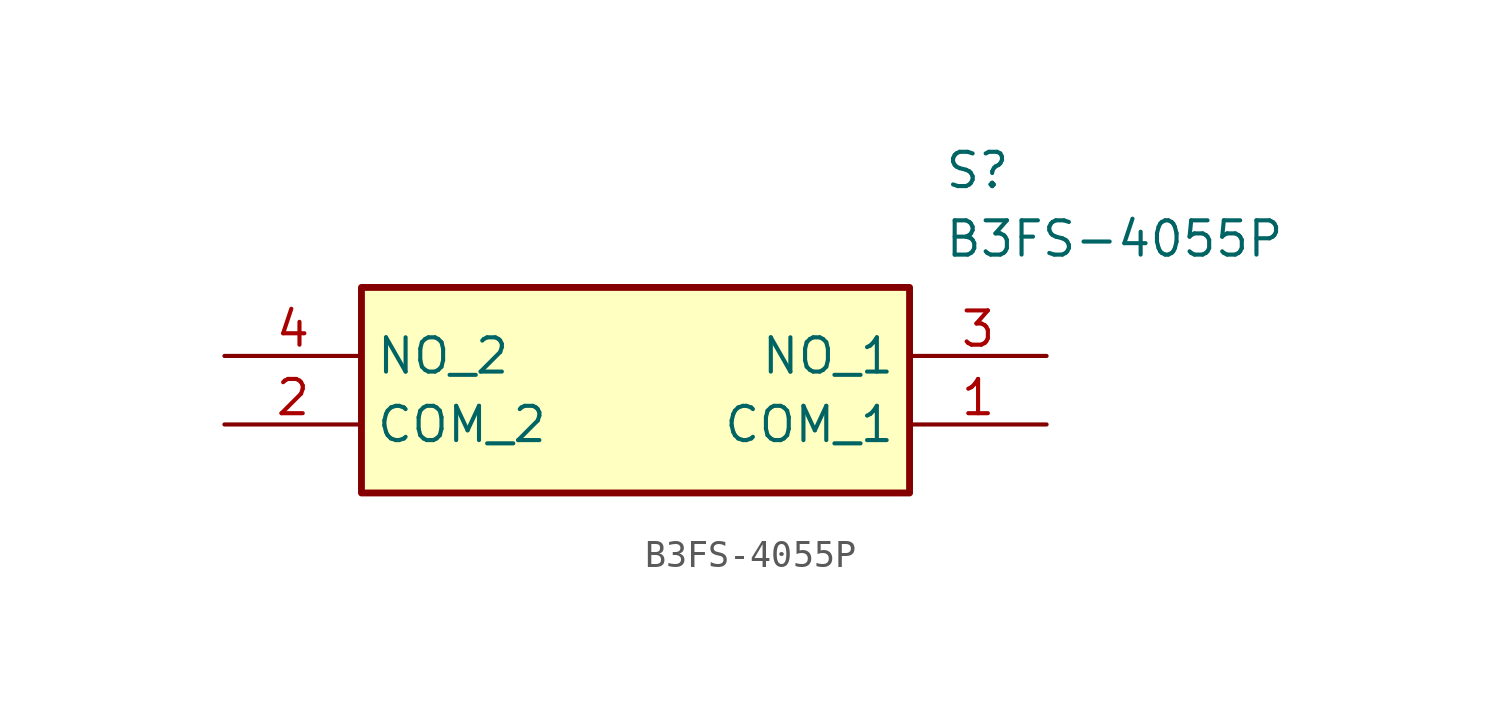
<source format=kicad_sym>
(kicad_symbol_lib
  (version 20211014)
  (generator SamacSys_ECAD_Model)
  (symbol "B3FS-4055P"
    (property "Reference" "S"
      (at 26.67 7.62 0)
      (effects (font (size 1.27 1.27)) (justify left top)))
    (property "Value" "B3FS-4055P"
      (at 26.67 5.08 0)
      (effects (font (size 1.27 1.27)) (justify left top)))
    (rectangle
      (start 5.08 2.54)
      (end 25.4 -5.08)
      (stroke (width 0.254) (type default))
      (fill (type background)))
    (pin passive line
      (at 30.48 -2.54 180)
      (length 5.08)
      (name "COM_1" (effects (font (size 1.27 1.27))))
      (number "1" (effects (font (size 1.27 1.27)))))
    (pin passive line
      (at 0 -2.54 0)
      (length 5.08)
      (name "COM_2" (effects (font (size 1.27 1.27))))
      (number "2" (effects (font (size 1.27 1.27)))))
    (pin passive line
      (at 30.48 0 180)
      (length 5.08)
      (name "NO_1" (effects (font (size 1.27 1.27))))
      (number "3" (effects (font (size 1.27 1.27)))))
    (pin passive line
      (at 0 0 0)
      (length 5.08)
      (name "NO_2" (effects (font (size 1.27 1.27))))
      (number "4" (effects (font (size 1.27 1.27)))))))
</source>
